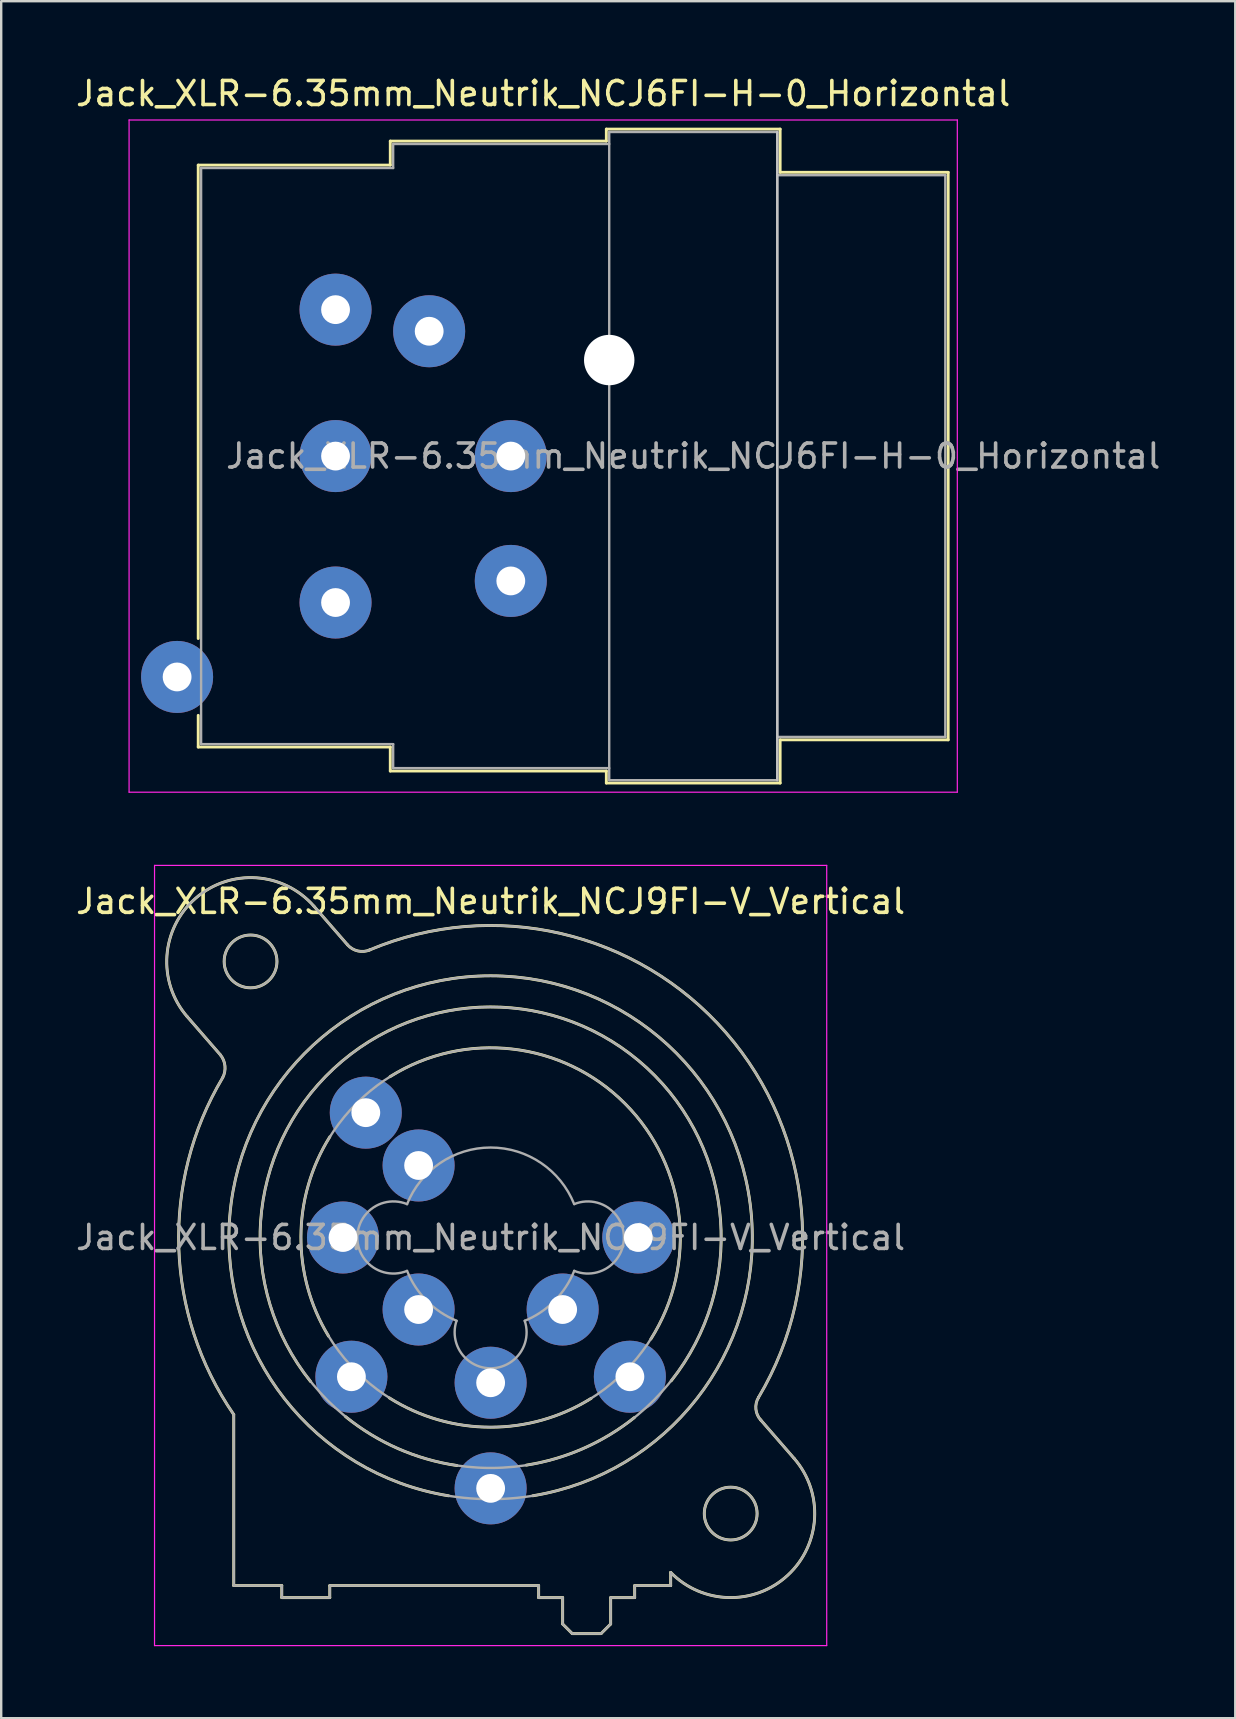
<source format=kicad_pcb>
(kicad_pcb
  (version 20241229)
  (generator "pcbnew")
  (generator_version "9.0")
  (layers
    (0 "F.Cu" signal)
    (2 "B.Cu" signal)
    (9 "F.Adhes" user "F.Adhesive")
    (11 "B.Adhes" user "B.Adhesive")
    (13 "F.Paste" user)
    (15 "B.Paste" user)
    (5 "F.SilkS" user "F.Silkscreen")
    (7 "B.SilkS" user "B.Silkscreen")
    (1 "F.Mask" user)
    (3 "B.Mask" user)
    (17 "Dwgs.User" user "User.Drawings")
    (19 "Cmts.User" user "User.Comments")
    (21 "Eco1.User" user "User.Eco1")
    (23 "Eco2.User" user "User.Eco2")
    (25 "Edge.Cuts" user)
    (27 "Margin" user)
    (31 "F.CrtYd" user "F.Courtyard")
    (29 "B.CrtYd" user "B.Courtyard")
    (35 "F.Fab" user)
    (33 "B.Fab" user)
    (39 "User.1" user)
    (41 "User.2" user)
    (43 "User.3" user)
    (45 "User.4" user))
  (footprint "Jack_XLR-6.35mm_Neutrik_NCJ9FI-V_Vertical"
    (layer "F.Cu")
    (at 23.537 48.498)
    (property "Reference" "Jack_XLR-6.35mm_Neutrik_NCJ9FI-V_Vertical" (at -6.15 -14 0) (layer "F.SilkS") (effects (font (size 1 1) (thickness 0.15))))
    (attr through_hole)
    (fp_line (start -17.4 -7.6) (end -18.79 -9.2) (stroke (width 0.12) (type solid)) (layer "F.SilkS"))
    (fp_line (start -16.85 14.5) (end -16.85 7.38) (stroke (width 0.12) (type solid)) (layer "F.SilkS"))
    (fp_line (start -14.85 14.5) (end -16.85 14.5) (stroke (width 0.12) (type solid)) (layer "F.SilkS"))
    (fp_line (start -14.85 14.5) (end -14.85 15) (stroke (width 0.12) (type solid)) (layer "F.SilkS"))
    (fp_line (start -13.51 -13.8) (end -12.11 -12.19) (stroke (width 0.12) (type solid)) (layer "F.SilkS"))
    (fp_line (start -12.85 14.5) (end -12.85 15) (stroke (width 0.12) (type solid)) (layer "F.SilkS"))
    (fp_line (start -12.85 15) (end -14.85 15) (stroke (width 0.12) (type solid)) (layer "F.SilkS"))
    (fp_line (start -4.15 14.5) (end -12.85 14.5) (stroke (width 0.12) (type solid)) (layer "F.SilkS"))
    (fp_line (start -4.15 14.5) (end -4.15 15) (stroke (width 0.12) (type solid)) (layer "F.SilkS"))
    (fp_line (start -3.15 15) (end -4.15 15) (stroke (width 0.12) (type solid)) (layer "F.SilkS"))
    (fp_line (start -3.15 15) (end -3.15 16.1) (stroke (width 0.12) (type solid)) (layer "F.SilkS"))
    (fp_line (start -3.15 16.1) (end -2.75 16.5) (stroke (width 0.12) (type solid)) (layer "F.SilkS"))
    (fp_line (start -1.55 16.5) (end -2.75 16.5) (stroke (width 0.12) (type solid)) (layer "F.SilkS"))
    (fp_line (start -1.15 15) (end -1.15 16.1) (stroke (width 0.12) (type solid)) (layer "F.SilkS"))
    (fp_line (start -1.15 16.1) (end -1.55 16.5) (stroke (width 0.12) (type solid)) (layer "F.SilkS"))
    (fp_line (start -0.15 14.5) (end -0.15 15) (stroke (width 0.12) (type solid)) (layer "F.SilkS"))
    (fp_line (start -0.15 15) (end -1.15 15) (stroke (width 0.12) (type solid)) (layer "F.SilkS"))
    (fp_line (start 1.35 13.95) (end 1.35 14.5) (stroke (width 0.12) (type solid)) (layer "F.SilkS"))
    (fp_line (start 1.35 14.5) (end -0.15 14.5) (stroke (width 0.12) (type solid)) (layer "F.SilkS"))
    (fp_line (start 5.1 7.6) (end 6.49 9.2) (stroke (width 0.12) (type solid)) (layer "F.SilkS"))
    (fp_arc (start -18.79 -9.2) (mid -18.45 -14.14) (end -13.51 -13.8) (stroke (width 0.12) (type solid)) (layer "F.SilkS"))
    (fp_arc (start -17.400452 -7.59955) (mid -17.216295 -7.14315) (end -17.31 -6.66) (stroke (width 0.12) (type solid)) (layer "F.SilkS"))
    (fp_arc (start -16.851206 7.374645) (mid -19.139261 0.42462) (end -17.31 -6.66) (stroke (width 0.12) (type solid)) (layer "F.SilkS"))
    (fp_arc (start -13.65 6) (mid -6.168408 -9.604669) (end 1.372943 5.971208) (stroke (width 0.12) (type solid)) (layer "F.SilkS"))
    (fp_arc (start -12.9 4.11) (mid -14.052663 -0.0501) (end -12.847348 -4.195251) (stroke (width 0.12) (type solid)) (layer "F.SilkS"))
    (fp_arc (start -11.201352 -11.974349) (mid 3.655031 -8.530097) (end 5.01 6.66) (stroke (width 0.12) (type solid)) (layer "F.SilkS"))
    (fp_arc (start -11.177539 -11.981856) (mid -11.677484 -11.93489) (end -12.11 -12.19) (stroke (width 0.12) (type solid)) (layer "F.SilkS"))
    (fp_arc (start -10.34 -6.7) (mid -0.544787 -5.570251) (end 0.523653 4.231839) (stroke (width 0.12) (type solid)) (layer "F.SilkS"))
    (fp_arc (start -7.9 10.76) (mid -6.152346 -10.90138) (end -4.395368 10.759246) (stroke (width 0.12) (type solid)) (layer "F.SilkS"))
    (fp_arc (start -7.55 9.5) (mid -10.007174 8.793873) (end -12.190932 7.464391) (stroke (width 0.12) (type solid)) (layer "F.SilkS"))
    (fp_arc (start -1.96 6.7) (mid -6.167825 7.902264) (end -10.370184 6.681029) (stroke (width 0.12) (type solid)) (layer "F.SilkS"))
    (fp_arc (start -0.16 7.5) (mid -2.282236 8.784674) (end -4.662837 9.482534) (stroke (width 0.12) (type solid)) (layer "F.SilkS"))
    (fp_arc (start 5.109394 7.611661) (mid 4.900255 7.152483) (end 5.01 6.66) (stroke (width 0.12) (type solid)) (layer "F.SilkS"))
    (fp_arc (start 6.49 9.2) (mid 6.227307 14.070606) (end 1.351052 13.95252) (stroke (width 0.12) (type solid)) (layer "F.SilkS"))
    (fp_circle (center -16.15 -11.5) (end -15.05 -11.5) (stroke (width 0.12) (type solid)) (fill no) (layer "F.SilkS"))
    (fp_circle (center 3.85 11.5) (end 4.95 11.5) (stroke (width 0.12) (type solid)) (fill no) (layer "F.SilkS"))
    (fp_line (start -20.15 -15.5) (end 7.85 -15.5) (stroke (width 0.05) (type solid)) (layer "F.CrtYd"))
    (fp_line (start -20.15 17) (end -20.15 -15.5) (stroke (width 0.05) (type solid)) (layer "F.CrtYd"))
    (fp_line (start 7.85 -15.5) (end 7.85 17) (stroke (width 0.05) (type solid)) (layer "F.CrtYd"))
    (fp_line (start 7.85 17) (end -20.15 17) (stroke (width 0.05) (type solid)) (layer "F.CrtYd"))
    (fp_line (start -17.4 -7.6) (end -18.79 -9.2) (stroke (width 0.1) (type solid)) (layer "F.Fab"))
    (fp_line (start -16.85 14.5) (end -16.85 7.38) (stroke (width 0.1) (type solid)) (layer "F.Fab"))
    (fp_line (start -14.85 14.5) (end -16.85 14.5) (stroke (width 0.1) (type solid)) (layer "F.Fab"))
    (fp_line (start -14.85 14.5) (end -14.85 15) (stroke (width 0.1) (type solid)) (layer "F.Fab"))
    (fp_line (start -13.51 -13.8) (end -12.11 -12.19) (stroke (width 0.1) (type solid)) (layer "F.Fab"))
    (fp_line (start -12.85 14.5) (end -12.85 15) (stroke (width 0.1) (type solid)) (layer "F.Fab"))
    (fp_line (start -12.85 15) (end -14.85 15) (stroke (width 0.1) (type solid)) (layer "F.Fab"))
    (fp_line (start -4.15 14.5) (end -12.85 14.5) (stroke (width 0.1) (type solid)) (layer "F.Fab"))
    (fp_line (start -4.15 14.5) (end -4.15 15) (stroke (width 0.1) (type solid)) (layer "F.Fab"))
    (fp_line (start -3.15 15) (end -4.15 15) (stroke (width 0.1) (type solid)) (layer "F.Fab"))
    (fp_line (start -3.15 15) (end -3.15 16.1) (stroke (width 0.1) (type solid)) (layer "F.Fab"))
    (fp_line (start -3.15 16.1) (end -2.75 16.5) (stroke (width 0.1) (type solid)) (layer "F.Fab"))
    (fp_line (start -1.55 16.5) (end -2.75 16.5) (stroke (width 0.1) (type solid)) (layer "F.Fab"))
    (fp_line (start -1.15 15) (end -1.15 16.1) (stroke (width 0.1) (type solid)) (layer "F.Fab"))
    (fp_line (start -1.15 16.1) (end -1.55 16.5) (stroke (width 0.1) (type solid)) (layer "F.Fab"))
    (fp_line (start -0.15 14.5) (end -0.15 15) (stroke (width 0.1) (type solid)) (layer "F.Fab"))
    (fp_line (start -0.15 15) (end -1.15 15) (stroke (width 0.1) (type solid)) (layer "F.Fab"))
    (fp_line (start 1.35 13.95) (end 1.35 14.5) (stroke (width 0.1) (type solid)) (layer "F.Fab"))
    (fp_line (start 1.35 14.5) (end -0.15 14.5) (stroke (width 0.1) (type solid)) (layer "F.Fab"))
    (fp_line (start 5.1 7.6) (end 6.49 9.2) (stroke (width 0.1) (type solid)) (layer "F.Fab"))
    (fp_arc (start -18.79 -9.2) (mid -18.45 -14.14) (end -13.51 -13.8) (stroke (width 0.1) (type solid)) (layer "F.Fab"))
    (fp_arc (start -17.400452 -7.59955) (mid -17.216295 -7.14315) (end -17.31 -6.66) (stroke (width 0.1) (type solid)) (layer "F.Fab"))
    (fp_arc (start -16.851206 7.374645) (mid -19.139261 0.42462) (end -17.31 -6.66) (stroke (width 0.1) (type solid)) (layer "F.Fab"))
    (fp_arc (start -11.201352 -11.974349) (mid 3.655031 -8.530097) (end 5.01 6.66) (stroke (width 0.1) (type solid)) (layer "F.Fab"))
    (fp_arc (start -11.177539 -11.981856) (mid -11.677484 -11.93489) (end -12.11 -12.19) (stroke (width 0.1) (type solid)) (layer "F.Fab"))
    (fp_arc (start -9.634717 1.391925) (mid -11.702329 -0.002547) (end -9.63 -1.39) (stroke (width 0.1) (type solid)) (layer "F.Fab"))
    (fp_arc (start -9.631116 -1.387204) (mid -6.151505 -3.747333) (end -2.67 -1.39) (stroke (width 0.1) (type solid)) (layer "F.Fab"))
    (fp_arc (start -7.567529 3.468878) (mid -8.810241 2.639246) (end -9.63 1.39) (stroke (width 0.1) (type solid)) (layer "F.Fab"))
    (fp_arc (start -4.729599 3.471189) (mid -6.150627 5.448932) (end -7.57 3.47) (stroke (width 0.1) (type solid)) (layer "F.Fab"))
    (fp_arc (start -2.667476 1.389002) (mid -3.487046 2.639314) (end -4.73 3.47) (stroke (width 0.1) (type solid)) (layer "F.Fab"))
    (fp_arc (start -2.665283 -1.391925) (mid -0.597671 0.002547) (end -2.67 1.39) (stroke (width 0.1) (type solid)) (layer "F.Fab"))
    (fp_arc (start 5.109394 7.611661) (mid 4.900255 7.152483) (end 5.01 6.66) (stroke (width 0.1) (type solid)) (layer "F.Fab"))
    (fp_arc (start 6.49 9.2) (mid 6.227307 14.070606) (end 1.351052 13.95252) (stroke (width 0.1) (type solid)) (layer "F.Fab"))
    (fp_circle (center -16.15 -11.5) (end -15.05 -11.5) (stroke (width 0.1) (type solid)) (fill no) (layer "F.Fab"))
    (fp_circle (center -6.15 0) (end 1.75 0) (stroke (width 0.1) (type solid)) (fill no) (layer "F.Fab"))
    (fp_circle (center -6.15 0) (end 3.45 0) (stroke (width 0.1) (type solid)) (fill no) (layer "F.Fab"))
    (fp_circle (center -6.15 0) (end 4.75 0) (stroke (width 0.1) (type solid)) (fill no) (layer "F.Fab"))
    (fp_circle (center 3.85 11.5) (end 4.95 11.5) (stroke (width 0.1) (type solid)) (fill no) (layer "F.Fab"))
    (fp_text user "${REFERENCE}" (at -6.15 0 0) (layer "F.Fab") (effects (font (size 1 1) (thickness 0.15))))
    (pad "1" thru_hole circle (at 0 0) (size 3 3) (drill 1.2) (layers "*.Cu" "*.Mask"))
    (pad "2" thru_hole circle (at -12.3 0) (size 3 3) (drill 1.2) (layers "*.Cu" "*.Mask"))
    (pad "3" thru_hole circle (at -6.15 6.05) (size 3 3) (drill 1.2) (layers "*.Cu" "*.Mask"))
    (pad "G" thru_hole circle (at -6.15 10.45) (size 3 3) (drill 1.2) (layers "*.Cu" "*.Mask"))
    (pad "R" thru_hole circle (at -0.35 5.8) (size 3 3) (drill 1.2) (layers "*.Cu" "*.Mask"))
    (pad "RN" thru_hole circle (at -3.15 3) (size 3 3) (drill 1.2) (layers "*.Cu" "*.Mask"))
    (pad "S" thru_hole circle (at -11.95 5.8) (size 3 3) (drill 1.2) (layers "*.Cu" "*.Mask"))
    (pad "SN" thru_hole circle (at -9.15 3) (size 3 3) (drill 1.2) (layers "*.Cu" "*.Mask"))
    (pad "T" thru_hole circle (at -11.35 -5.2) (size 3 3) (drill 1.2) (layers "*.Cu" "*.Mask"))
    (pad "TN" thru_hole circle (at -9.15 -3) (size 3 3) (drill 1.2) (layers "*.Cu" "*.Mask")))
  (footprint "Jack_XLR-6.35mm_Neutrik_NCJ6FI-H-0_Horizontal"
    (layer "F.Cu")
    (at 10.927 9.848)
    (property "Reference" "Jack_XLR-6.35mm_Neutrik_NCJ6FI-H-0_Horizontal" (at 8.65 -9 0) (layer "F.SilkS") (effects (font (size 1 1) (thickness 0.15))))
    (attr through_hole)
    (fp_line (start -5.72 -6.02) (end -5.72 13.7) (stroke (width 0.12) (type solid)) (layer "F.SilkS"))
    (fp_line (start -5.72 16.9) (end -5.72 18.22) (stroke (width 0.12) (type solid)) (layer "F.SilkS"))
    (fp_line (start 2.28 -7.02) (end 2.28 -6.02) (stroke (width 0.12) (type solid)) (layer "F.SilkS"))
    (fp_line (start 2.28 -6.02) (end -5.72 -6.02) (stroke (width 0.12) (type solid)) (layer "F.SilkS"))
    (fp_line (start 2.28 18.22) (end -5.72 18.22) (stroke (width 0.12) (type solid)) (layer "F.SilkS"))
    (fp_line (start 2.28 19.22) (end 2.28 18.22) (stroke (width 0.12) (type solid)) (layer "F.SilkS"))
    (fp_line (start 11.28 -7.02) (end 2.28 -7.02) (stroke (width 0.12) (type solid)) (layer "F.SilkS"))
    (fp_line (start 11.28 -7.02) (end 11.28 -7.52) (stroke (width 0.12) (type solid)) (layer "F.SilkS"))
    (fp_line (start 11.28 19.22) (end 2.28 19.22) (stroke (width 0.12) (type solid)) (layer "F.SilkS"))
    (fp_line (start 11.28 19.72) (end 11.28 19.22) (stroke (width 0.12) (type solid)) (layer "F.SilkS"))
    (fp_line (start 18.52 -7.52) (end 11.28 -7.52) (stroke (width 0.12) (type solid)) (layer "F.SilkS"))
    (fp_line (start 18.52 -7.52) (end 18.52 -5.72) (stroke (width 0.12) (type solid)) (layer "F.SilkS"))
    (fp_line (start 18.52 -5.72) (end 25.52 -5.72) (stroke (width 0.12) (type solid)) (layer "F.SilkS"))
    (fp_line (start 18.52 17.92) (end 18.52 19.72) (stroke (width 0.12) (type solid)) (layer "F.SilkS"))
    (fp_line (start 18.52 17.92) (end 25.52 17.92) (stroke (width 0.12) (type solid)) (layer "F.SilkS"))
    (fp_line (start 18.52 19.72) (end 11.28 19.72) (stroke (width 0.12) (type solid)) (layer "F.SilkS"))
    (fp_line (start 25.52 -5.72) (end 25.52 17.92) (stroke (width 0.12) (type solid)) (layer "F.SilkS"))
    (fp_line (start 18.4 -7.4) (end 18.4 19.6) (stroke (width 0.1) (type solid)) (layer "Dwgs.User"))
    (fp_line (start -8.6 -7.9) (end -8.6 20.1) (stroke (width 0.05) (type solid)) (layer "F.CrtYd"))
    (fp_line (start 25.9 -7.9) (end -8.6 -7.9) (stroke (width 0.05) (type solid)) (layer "F.CrtYd"))
    (fp_line (start 25.9 -7.9) (end 25.9 20.1) (stroke (width 0.05) (type solid)) (layer "F.CrtYd"))
    (fp_line (start 25.9 20.1) (end -8.6 20.1) (stroke (width 0.05) (type solid)) (layer "F.CrtYd"))
    (fp_line (start -5.6 -5.9) (end -5.6 18.1) (stroke (width 0.1) (type solid)) (layer "F.Fab"))
    (fp_line (start -5.6 18.1) (end 2.4 18.1) (stroke (width 0.1) (type solid)) (layer "F.Fab"))
    (fp_line (start 2.4 -6.9) (end 2.4 -5.9) (stroke (width 0.1) (type solid)) (layer "F.Fab"))
    (fp_line (start 2.4 -5.9) (end -5.6 -5.9) (stroke (width 0.1) (type solid)) (layer "F.Fab"))
    (fp_line (start 2.4 18.1) (end 2.4 19.1) (stroke (width 0.1) (type solid)) (layer "F.Fab"))
    (fp_line (start 2.4 19.1) (end 11.4 19.1) (stroke (width 0.1) (type solid)) (layer "F.Fab"))
    (fp_line (start 11.4 -7.4) (end 18.4 -7.4) (stroke (width 0.1) (type solid)) (layer "F.Fab"))
    (fp_line (start 11.4 -6.9) (end 2.4 -6.9) (stroke (width 0.1) (type solid)) (layer "F.Fab"))
    (fp_line (start 11.4 19.6) (end 11.4 -7.4) (stroke (width 0.1) (type solid)) (layer "F.Fab"))
    (fp_line (start 18.4 -7.4) (end 18.4 19.6) (stroke (width 0.1) (type solid)) (layer "F.Fab"))
    (fp_line (start 18.4 -5.6) (end 25.4 -5.6) (stroke (width 0.1) (type solid)) (layer "F.Fab"))
    (fp_line (start 18.4 19.6) (end 11.4 19.6) (stroke (width 0.1) (type solid)) (layer "F.Fab"))
    (fp_line (start 25.4 -5.6) (end 25.4 17.8) (stroke (width 0.1) (type solid)) (layer "F.Fab"))
    (fp_line (start 25.4 17.8) (end 18.4 17.8) (stroke (width 0.1) (type solid)) (layer "F.Fab"))
    (fp_text user "${REFERENCE}" (at 14.9 6.1 0) (layer "F.Fab") (effects (font (size 1 1) (thickness 0.15))))
    (pad "" np_thru_hole circle (at 11.4 2.1) (size 2.1 2.1) (drill 2.1) (layers "*.Cu" "*.Mask"))
    (pad "1" thru_hole circle (at 0 0) (size 3 3) (drill 1.2) (layers "*.Cu" "*.Mask"))
    (pad "2" thru_hole circle (at 0 12.2) (size 3 3) (drill 1.2) (layers "*.Cu" "*.Mask"))
    (pad "3" thru_hole circle (at 0 6.1) (size 3 3) (drill 1.2) (layers "*.Cu" "*.Mask"))
    (pad "G" thru_hole circle (at 7.3 6.1) (size 3 3) (drill 1.2) (layers "*.Cu" "*.Mask"))
    (pad "R" thru_hole circle (at 3.9 0.9) (size 3 3) (drill 1.2) (layers "*.Cu" "*.Mask"))
    (pad "S" thru_hole circle (at 7.3 11.3) (size 3 3) (drill 1.2) (layers "*.Cu" "*.Mask"))
    (pad "T" thru_hole circle (at -6.6 15.3) (size 3 3) (drill 1.2) (layers "*.Cu" "*.Mask")))
  (gr_rect
    (start -3 -3)
    (end 48.405 68.523)
    (stroke (width 0.1) (type default))
    (fill no)
    (layer "Edge.Cuts")))
</source>
